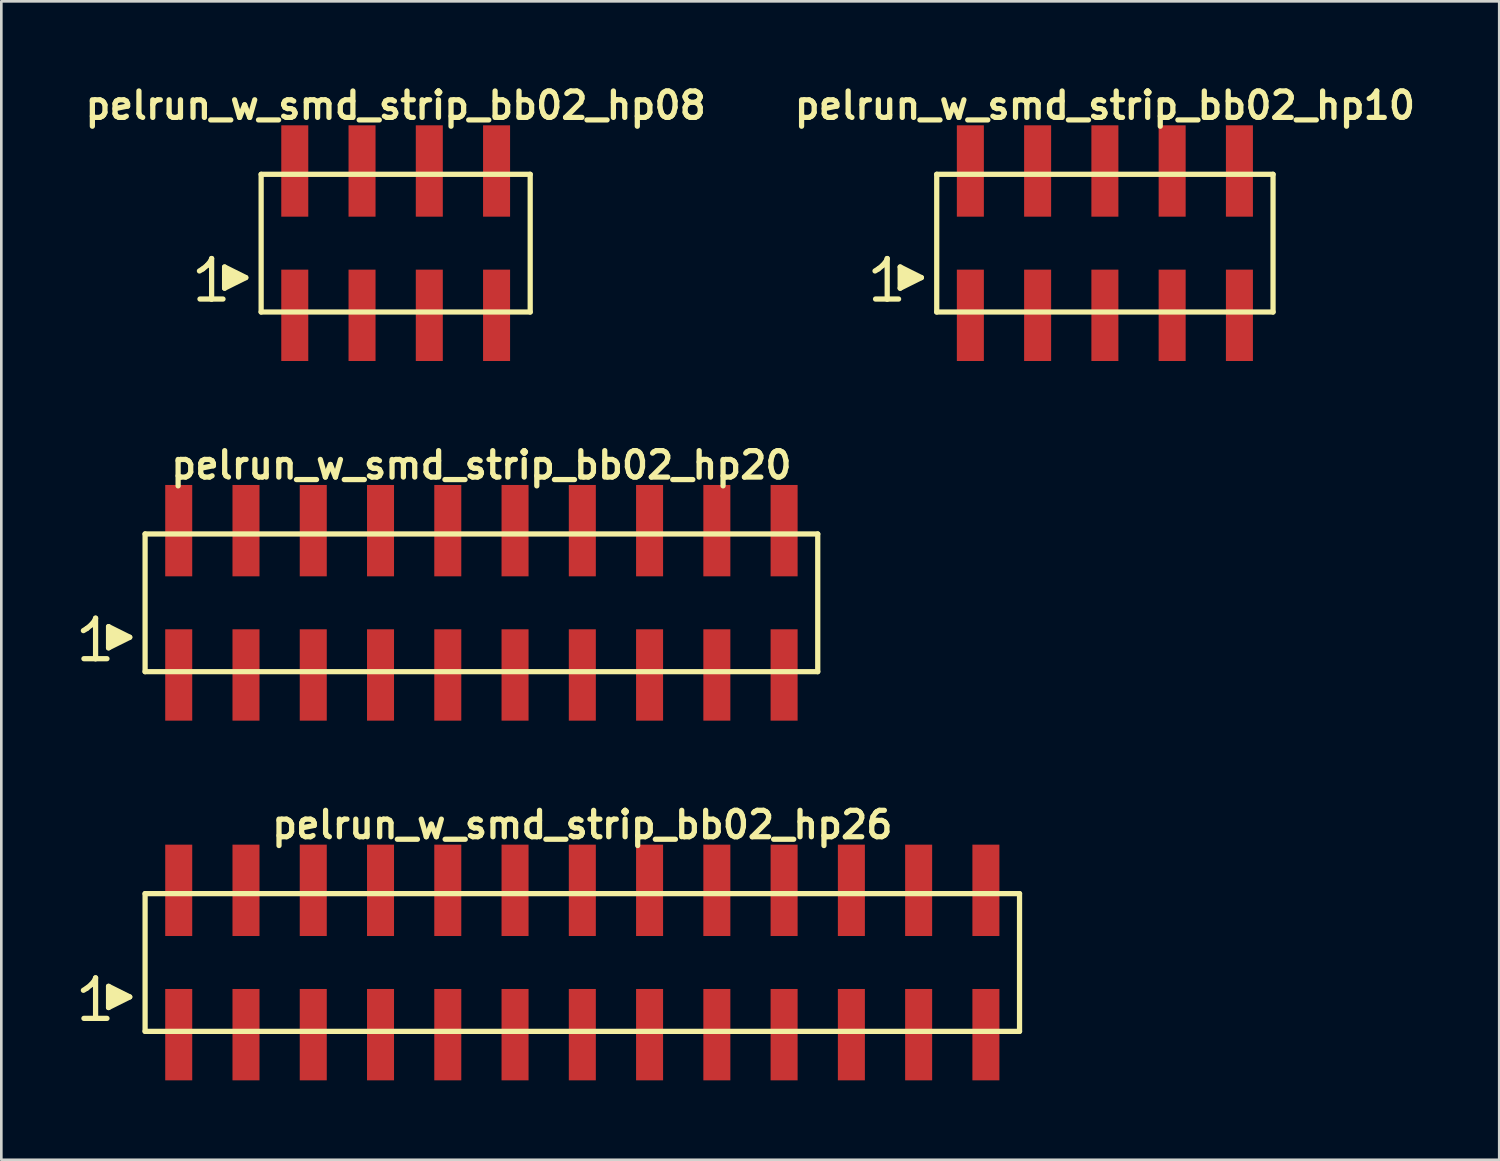
<source format=kicad_pcb>
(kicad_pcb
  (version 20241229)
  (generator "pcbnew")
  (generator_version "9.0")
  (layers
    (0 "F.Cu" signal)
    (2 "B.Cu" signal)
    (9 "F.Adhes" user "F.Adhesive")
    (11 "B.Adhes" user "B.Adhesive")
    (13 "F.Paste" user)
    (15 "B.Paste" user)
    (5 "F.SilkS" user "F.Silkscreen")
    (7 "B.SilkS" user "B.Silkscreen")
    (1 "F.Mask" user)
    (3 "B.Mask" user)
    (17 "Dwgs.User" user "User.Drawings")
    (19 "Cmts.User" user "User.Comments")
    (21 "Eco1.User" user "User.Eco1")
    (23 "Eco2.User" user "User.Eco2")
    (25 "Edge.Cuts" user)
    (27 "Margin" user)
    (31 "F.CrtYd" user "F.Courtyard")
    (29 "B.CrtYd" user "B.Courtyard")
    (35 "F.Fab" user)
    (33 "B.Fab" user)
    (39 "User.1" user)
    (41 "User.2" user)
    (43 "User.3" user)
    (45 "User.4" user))
  (footprint "pelrun_w_smd_strip_bb02_hp26"
    (layer "F.Cu")
    (at 18.939 33.295)
    (property "Reference" "pelrun_w_smd_strip_bb02_hp26" (at 0 -5.2 0) (layer "F.SilkS") (effects (font (size 0.998 0.998) (thickness 0.198))))
    (attr through_hole)
    (fp_line (start -18.84 1.05) (end -18.71 0.97) (stroke (width 0.198) (type solid)) (layer "F.SilkS"))
    (fp_line (start -18.71 0.97) (end -18.55 0.84) (stroke (width 0.198) (type solid)) (layer "F.SilkS"))
    (fp_line (start -18.55 0.84) (end -18.41 0.67) (stroke (width 0.198) (type solid)) (layer "F.SilkS"))
    (fp_line (start -18.41 0.67) (end -18.38 0.58) (stroke (width 0.198) (type solid)) (layer "F.SilkS"))
    (fp_line (start -18.38 0.58) (end -18.38 2.11) (stroke (width 0.198) (type solid)) (layer "F.SilkS"))
    (fp_line (start -18.38 2.11) (end -18.82 2.11) (stroke (width 0.198) (type solid)) (layer "F.SilkS"))
    (fp_line (start -17.95 2.11) (end -18.39 2.11) (stroke (width 0.198) (type solid)) (layer "F.SilkS"))
    (fp_line (start -17.89 0.9) (end -17.09 1.3) (stroke (width 0.198) (type solid)) (layer "F.SilkS"))
    (fp_line (start -17.89 1.7) (end -17.89 0.9) (stroke (width 0.198) (type solid)) (layer "F.SilkS"))
    (fp_line (start -17.79 1.6) (end -17.79 1) (stroke (width 0.198) (type solid)) (layer "F.SilkS"))
    (fp_line (start -17.69 1.1) (end -17.69 1.5) (stroke (width 0.198) (type solid)) (layer "F.SilkS"))
    (fp_line (start -17.59 1.5) (end -17.59 1.1) (stroke (width 0.198) (type solid)) (layer "F.SilkS"))
    (fp_line (start -17.49 1.2) (end -17.49 1.4) (stroke (width 0.198) (type solid)) (layer "F.SilkS"))
    (fp_line (start -17.39 1.4) (end -17.39 1.2) (stroke (width 0.198) (type solid)) (layer "F.SilkS"))
    (fp_line (start -17.09 1.3) (end -17.89 1.7) (stroke (width 0.198) (type solid)) (layer "F.SilkS"))
    (fp_line (start -16.51 -2.6) (end -16.51 2.6) (stroke (width 0.198) (type solid)) (layer "F.SilkS"))
    (fp_line (start -16.51 -2.6) (end 16.51 -2.6) (stroke (width 0.198) (type solid)) (layer "F.SilkS"))
    (fp_line (start 16.51 2.6) (end -16.51 2.6) (stroke (width 0.198) (type solid)) (layer "F.SilkS"))
    (fp_line (start 16.51 2.6) (end 16.51 -2.6) (stroke (width 0.198) (type solid)) (layer "F.SilkS"))
    (pad "1" smd rect (at -15.24 2.725) (size 1.02 3.45) (layers "F.Cu" "F.Mask" "F.Paste"))
    (pad "2" smd rect (at -15.24 -2.725) (size 1.02 3.45) (layers "F.Cu" "F.Mask" "F.Paste"))
    (pad "3" smd rect (at -12.7 2.725) (size 1.02 3.45) (layers "F.Cu" "F.Mask" "F.Paste"))
    (pad "4" smd rect (at -12.7 -2.725) (size 1.02 3.45) (layers "F.Cu" "F.Mask" "F.Paste"))
    (pad "5" smd rect (at -10.16 2.725) (size 1.02 3.45) (layers "F.Cu" "F.Mask" "F.Paste"))
    (pad "6" smd rect (at -10.16 -2.725) (size 1.02 3.45) (layers "F.Cu" "F.Mask" "F.Paste"))
    (pad "7" smd rect (at -7.62 2.725) (size 1.02 3.45) (layers "F.Cu" "F.Mask" "F.Paste"))
    (pad "8" smd rect (at -7.62 -2.725) (size 1.02 3.45) (layers "F.Cu" "F.Mask" "F.Paste"))
    (pad "9" smd rect (at -5.08 2.725) (size 1.02 3.45) (layers "F.Cu" "F.Mask" "F.Paste"))
    (pad "10" smd rect (at -5.08 -2.725) (size 1.02 3.45) (layers "F.Cu" "F.Mask" "F.Paste"))
    (pad "11" smd rect (at -2.54 2.725) (size 1.02 3.45) (layers "F.Cu" "F.Mask" "F.Paste"))
    (pad "12" smd rect (at -2.54 -2.725) (size 1.02 3.45) (layers "F.Cu" "F.Mask" "F.Paste"))
    (pad "13" smd rect (at 0 2.725) (size 1.02 3.45) (layers "F.Cu" "F.Mask" "F.Paste"))
    (pad "14" smd rect (at 0 -2.725) (size 1.02 3.45) (layers "F.Cu" "F.Mask" "F.Paste"))
    (pad "15" smd rect (at 2.54 2.725) (size 1.02 3.45) (layers "F.Cu" "F.Mask" "F.Paste"))
    (pad "16" smd rect (at 2.54 -2.725) (size 1.02 3.45) (layers "F.Cu" "F.Mask" "F.Paste"))
    (pad "17" smd rect (at 5.08 2.725) (size 1.02 3.45) (layers "F.Cu" "F.Mask" "F.Paste"))
    (pad "18" smd rect (at 5.08 -2.725) (size 1.02 3.45) (layers "F.Cu" "F.Mask" "F.Paste"))
    (pad "19" smd rect (at 7.62 2.725) (size 1.02 3.45) (layers "F.Cu" "F.Mask" "F.Paste"))
    (pad "20" smd rect (at 7.62 -2.725) (size 1.02 3.45) (layers "F.Cu" "F.Mask" "F.Paste"))
    (pad "21" smd rect (at 10.16 2.725) (size 1.02 3.45) (layers "F.Cu" "F.Mask" "F.Paste"))
    (pad "22" smd rect (at 10.16 -2.725) (size 1.02 3.45) (layers "F.Cu" "F.Mask" "F.Paste"))
    (pad "23" smd rect (at 12.7 2.725) (size 1.02 3.45) (layers "F.Cu" "F.Mask" "F.Paste"))
    (pad "24" smd rect (at 12.7 -2.725) (size 1.02 3.45) (layers "F.Cu" "F.Mask" "F.Paste"))
    (pad "25" smd rect (at 15.24 2.725) (size 1.02 3.45) (layers "F.Cu" "F.Mask" "F.Paste"))
    (pad "26" smd rect (at 15.24 -2.725) (size 1.02 3.45) (layers "F.Cu" "F.Mask" "F.Paste")))
  (footprint "pelrun_w_smd_strip_bb02_hp10"
    (layer "F.Cu")
    (at 38.672 6.132)
    (property "Reference" "pelrun_w_smd_strip_bb02_hp10" (at 0 -5.2 0) (layer "F.SilkS") (effects (font (size 0.998 0.998) (thickness 0.198))))
    (attr through_hole)
    (fp_line (start -8.68 1.05) (end -8.55 0.97) (stroke (width 0.198) (type solid)) (layer "F.SilkS"))
    (fp_line (start -8.55 0.97) (end -8.39 0.84) (stroke (width 0.198) (type solid)) (layer "F.SilkS"))
    (fp_line (start -8.39 0.84) (end -8.25 0.67) (stroke (width 0.198) (type solid)) (layer "F.SilkS"))
    (fp_line (start -8.25 0.67) (end -8.22 0.58) (stroke (width 0.198) (type solid)) (layer "F.SilkS"))
    (fp_line (start -8.22 0.58) (end -8.22 2.11) (stroke (width 0.198) (type solid)) (layer "F.SilkS"))
    (fp_line (start -8.22 2.11) (end -8.66 2.11) (stroke (width 0.198) (type solid)) (layer "F.SilkS"))
    (fp_line (start -7.79 2.11) (end -8.23 2.11) (stroke (width 0.198) (type solid)) (layer "F.SilkS"))
    (fp_line (start -7.73 0.9) (end -6.93 1.3) (stroke (width 0.198) (type solid)) (layer "F.SilkS"))
    (fp_line (start -7.73 1.7) (end -7.73 0.9) (stroke (width 0.198) (type solid)) (layer "F.SilkS"))
    (fp_line (start -7.63 1.6) (end -7.63 1) (stroke (width 0.198) (type solid)) (layer "F.SilkS"))
    (fp_line (start -7.53 1.1) (end -7.53 1.5) (stroke (width 0.198) (type solid)) (layer "F.SilkS"))
    (fp_line (start -7.43 1.5) (end -7.43 1.1) (stroke (width 0.198) (type solid)) (layer "F.SilkS"))
    (fp_line (start -7.33 1.2) (end -7.33 1.4) (stroke (width 0.198) (type solid)) (layer "F.SilkS"))
    (fp_line (start -7.23 1.4) (end -7.23 1.2) (stroke (width 0.198) (type solid)) (layer "F.SilkS"))
    (fp_line (start -6.93 1.3) (end -7.73 1.7) (stroke (width 0.198) (type solid)) (layer "F.SilkS"))
    (fp_line (start -6.35 -2.6) (end -6.35 2.6) (stroke (width 0.198) (type solid)) (layer "F.SilkS"))
    (fp_line (start -6.35 -2.6) (end 6.35 -2.6) (stroke (width 0.198) (type solid)) (layer "F.SilkS"))
    (fp_line (start 6.35 2.6) (end -6.35 2.6) (stroke (width 0.198) (type solid)) (layer "F.SilkS"))
    (fp_line (start 6.35 2.6) (end 6.35 -2.6) (stroke (width 0.198) (type solid)) (layer "F.SilkS"))
    (pad "1" smd rect (at -5.08 2.725) (size 1.02 3.45) (layers "F.Cu" "F.Mask" "F.Paste"))
    (pad "2" smd rect (at -5.08 -2.725) (size 1.02 3.45) (layers "F.Cu" "F.Mask" "F.Paste"))
    (pad "3" smd rect (at -2.54 2.725) (size 1.02 3.45) (layers "F.Cu" "F.Mask" "F.Paste"))
    (pad "4" smd rect (at -2.54 -2.725) (size 1.02 3.45) (layers "F.Cu" "F.Mask" "F.Paste"))
    (pad "5" smd rect (at 0 2.725) (size 1.02 3.45) (layers "F.Cu" "F.Mask" "F.Paste"))
    (pad "6" smd rect (at 0 -2.725) (size 1.02 3.45) (layers "F.Cu" "F.Mask" "F.Paste"))
    (pad "7" smd rect (at 2.54 2.725) (size 1.02 3.45) (layers "F.Cu" "F.Mask" "F.Paste"))
    (pad "8" smd rect (at 2.54 -2.725) (size 1.02 3.45) (layers "F.Cu" "F.Mask" "F.Paste"))
    (pad "9" smd rect (at 5.08 2.725) (size 1.02 3.45) (layers "F.Cu" "F.Mask" "F.Paste"))
    (pad "10" smd rect (at 5.08 -2.725) (size 1.02 3.45) (layers "F.Cu" "F.Mask" "F.Paste")))
  (footprint "pelrun_w_smd_strip_bb02_hp08"
    (layer "F.Cu")
    (at 11.891 6.132)
    (property "Reference" "pelrun_w_smd_strip_bb02_hp08" (at 0 -5.2 0) (layer "F.SilkS") (effects (font (size 0.998 0.998) (thickness 0.198))))
    (attr through_hole)
    (fp_line (start -7.41 1.05) (end -7.28 0.97) (stroke (width 0.198) (type solid)) (layer "F.SilkS"))
    (fp_line (start -7.28 0.97) (end -7.12 0.84) (stroke (width 0.198) (type solid)) (layer "F.SilkS"))
    (fp_line (start -7.12 0.84) (end -6.98 0.67) (stroke (width 0.198) (type solid)) (layer "F.SilkS"))
    (fp_line (start -6.98 0.67) (end -6.95 0.58) (stroke (width 0.198) (type solid)) (layer "F.SilkS"))
    (fp_line (start -6.95 0.58) (end -6.95 2.11) (stroke (width 0.198) (type solid)) (layer "F.SilkS"))
    (fp_line (start -6.95 2.11) (end -7.39 2.11) (stroke (width 0.198) (type solid)) (layer "F.SilkS"))
    (fp_line (start -6.52 2.11) (end -6.96 2.11) (stroke (width 0.198) (type solid)) (layer "F.SilkS"))
    (fp_line (start -6.46 0.9) (end -5.66 1.3) (stroke (width 0.198) (type solid)) (layer "F.SilkS"))
    (fp_line (start -6.46 1.7) (end -6.46 0.9) (stroke (width 0.198) (type solid)) (layer "F.SilkS"))
    (fp_line (start -6.36 1.6) (end -6.36 1) (stroke (width 0.198) (type solid)) (layer "F.SilkS"))
    (fp_line (start -6.26 1.1) (end -6.26 1.5) (stroke (width 0.198) (type solid)) (layer "F.SilkS"))
    (fp_line (start -6.16 1.5) (end -6.16 1.1) (stroke (width 0.198) (type solid)) (layer "F.SilkS"))
    (fp_line (start -6.06 1.2) (end -6.06 1.4) (stroke (width 0.198) (type solid)) (layer "F.SilkS"))
    (fp_line (start -5.96 1.4) (end -5.96 1.2) (stroke (width 0.198) (type solid)) (layer "F.SilkS"))
    (fp_line (start -5.66 1.3) (end -6.46 1.7) (stroke (width 0.198) (type solid)) (layer "F.SilkS"))
    (fp_line (start -5.08 -2.6) (end -5.08 2.6) (stroke (width 0.198) (type solid)) (layer "F.SilkS"))
    (fp_line (start -5.08 -2.6) (end 5.08 -2.6) (stroke (width 0.198) (type solid)) (layer "F.SilkS"))
    (fp_line (start 5.08 2.6) (end -5.08 2.6) (stroke (width 0.198) (type solid)) (layer "F.SilkS"))
    (fp_line (start 5.08 2.6) (end 5.08 -2.6) (stroke (width 0.198) (type solid)) (layer "F.SilkS"))
    (pad "1" smd rect (at -3.81 2.725) (size 1.02 3.45) (layers "F.Cu" "F.Mask" "F.Paste"))
    (pad "2" smd rect (at -3.81 -2.725) (size 1.02 3.45) (layers "F.Cu" "F.Mask" "F.Paste"))
    (pad "3" smd rect (at -1.27 2.725) (size 1.02 3.45) (layers "F.Cu" "F.Mask" "F.Paste"))
    (pad "4" smd rect (at -1.27 -2.725) (size 1.02 3.45) (layers "F.Cu" "F.Mask" "F.Paste"))
    (pad "5" smd rect (at 1.27 2.725) (size 1.02 3.45) (layers "F.Cu" "F.Mask" "F.Paste"))
    (pad "6" smd rect (at 1.27 -2.725) (size 1.02 3.45) (layers "F.Cu" "F.Mask" "F.Paste"))
    (pad "7" smd rect (at 3.81 2.725) (size 1.02 3.45) (layers "F.Cu" "F.Mask" "F.Paste"))
    (pad "8" smd rect (at 3.81 -2.725) (size 1.02 3.45) (layers "F.Cu" "F.Mask" "F.Paste")))
  (footprint "pelrun_w_smd_strip_bb02_hp20"
    (layer "F.Cu")
    (at 15.129 19.713)
    (property "Reference" "pelrun_w_smd_strip_bb02_hp20" (at 0 -5.2 0) (layer "F.SilkS") (effects (font (size 0.998 0.998) (thickness 0.198))))
    (attr through_hole)
    (fp_line (start -15.03 1.05) (end -14.9 0.97) (stroke (width 0.198) (type solid)) (layer "F.SilkS"))
    (fp_line (start -14.9 0.97) (end -14.74 0.84) (stroke (width 0.198) (type solid)) (layer "F.SilkS"))
    (fp_line (start -14.74 0.84) (end -14.6 0.67) (stroke (width 0.198) (type solid)) (layer "F.SilkS"))
    (fp_line (start -14.6 0.67) (end -14.57 0.58) (stroke (width 0.198) (type solid)) (layer "F.SilkS"))
    (fp_line (start -14.57 0.58) (end -14.57 2.11) (stroke (width 0.198) (type solid)) (layer "F.SilkS"))
    (fp_line (start -14.57 2.11) (end -15.01 2.11) (stroke (width 0.198) (type solid)) (layer "F.SilkS"))
    (fp_line (start -14.14 2.11) (end -14.58 2.11) (stroke (width 0.198) (type solid)) (layer "F.SilkS"))
    (fp_line (start -14.08 0.9) (end -13.28 1.3) (stroke (width 0.198) (type solid)) (layer "F.SilkS"))
    (fp_line (start -14.08 1.7) (end -14.08 0.9) (stroke (width 0.198) (type solid)) (layer "F.SilkS"))
    (fp_line (start -13.98 1.6) (end -13.98 1) (stroke (width 0.198) (type solid)) (layer "F.SilkS"))
    (fp_line (start -13.88 1.1) (end -13.88 1.5) (stroke (width 0.198) (type solid)) (layer "F.SilkS"))
    (fp_line (start -13.78 1.5) (end -13.78 1.1) (stroke (width 0.198) (type solid)) (layer "F.SilkS"))
    (fp_line (start -13.68 1.2) (end -13.68 1.4) (stroke (width 0.198) (type solid)) (layer "F.SilkS"))
    (fp_line (start -13.58 1.4) (end -13.58 1.2) (stroke (width 0.198) (type solid)) (layer "F.SilkS"))
    (fp_line (start -13.28 1.3) (end -14.08 1.7) (stroke (width 0.198) (type solid)) (layer "F.SilkS"))
    (fp_line (start -12.7 -2.6) (end -12.7 2.6) (stroke (width 0.198) (type solid)) (layer "F.SilkS"))
    (fp_line (start -12.7 -2.6) (end 12.7 -2.6) (stroke (width 0.198) (type solid)) (layer "F.SilkS"))
    (fp_line (start 12.7 2.6) (end -12.7 2.6) (stroke (width 0.198) (type solid)) (layer "F.SilkS"))
    (fp_line (start 12.7 2.6) (end 12.7 -2.6) (stroke (width 0.198) (type solid)) (layer "F.SilkS"))
    (pad "1" smd rect (at -11.43 2.725) (size 1.02 3.45) (layers "F.Cu" "F.Mask" "F.Paste"))
    (pad "2" smd rect (at -11.43 -2.725) (size 1.02 3.45) (layers "F.Cu" "F.Mask" "F.Paste"))
    (pad "3" smd rect (at -8.89 2.725) (size 1.02 3.45) (layers "F.Cu" "F.Mask" "F.Paste"))
    (pad "4" smd rect (at -8.89 -2.725) (size 1.02 3.45) (layers "F.Cu" "F.Mask" "F.Paste"))
    (pad "5" smd rect (at -6.35 2.725) (size 1.02 3.45) (layers "F.Cu" "F.Mask" "F.Paste"))
    (pad "6" smd rect (at -6.35 -2.725) (size 1.02 3.45) (layers "F.Cu" "F.Mask" "F.Paste"))
    (pad "7" smd rect (at -3.81 2.725) (size 1.02 3.45) (layers "F.Cu" "F.Mask" "F.Paste"))
    (pad "8" smd rect (at -3.81 -2.725) (size 1.02 3.45) (layers "F.Cu" "F.Mask" "F.Paste"))
    (pad "9" smd rect (at -1.27 2.725) (size 1.02 3.45) (layers "F.Cu" "F.Mask" "F.Paste"))
    (pad "10" smd rect (at -1.27 -2.725) (size 1.02 3.45) (layers "F.Cu" "F.Mask" "F.Paste"))
    (pad "11" smd rect (at 1.27 2.725) (size 1.02 3.45) (layers "F.Cu" "F.Mask" "F.Paste"))
    (pad "12" smd rect (at 1.27 -2.725) (size 1.02 3.45) (layers "F.Cu" "F.Mask" "F.Paste"))
    (pad "13" smd rect (at 3.81 2.725) (size 1.02 3.45) (layers "F.Cu" "F.Mask" "F.Paste"))
    (pad "14" smd rect (at 3.81 -2.725) (size 1.02 3.45) (layers "F.Cu" "F.Mask" "F.Paste"))
    (pad "15" smd rect (at 6.35 2.725) (size 1.02 3.45) (layers "F.Cu" "F.Mask" "F.Paste"))
    (pad "16" smd rect (at 6.35 -2.725) (size 1.02 3.45) (layers "F.Cu" "F.Mask" "F.Paste"))
    (pad "17" smd rect (at 8.89 2.725) (size 1.02 3.45) (layers "F.Cu" "F.Mask" "F.Paste"))
    (pad "18" smd rect (at 8.89 -2.725) (size 1.02 3.45) (layers "F.Cu" "F.Mask" "F.Paste"))
    (pad "19" smd rect (at 11.43 2.725) (size 1.02 3.45) (layers "F.Cu" "F.Mask" "F.Paste"))
    (pad "20" smd rect (at 11.43 -2.725) (size 1.02 3.45) (layers "F.Cu" "F.Mask" "F.Paste")))
  (gr_rect
    (start -3 -3)
    (end 53.563 40.745)
    (stroke (width 0.1) (type default))
    (fill no)
    (layer "Edge.Cuts")))
</source>
